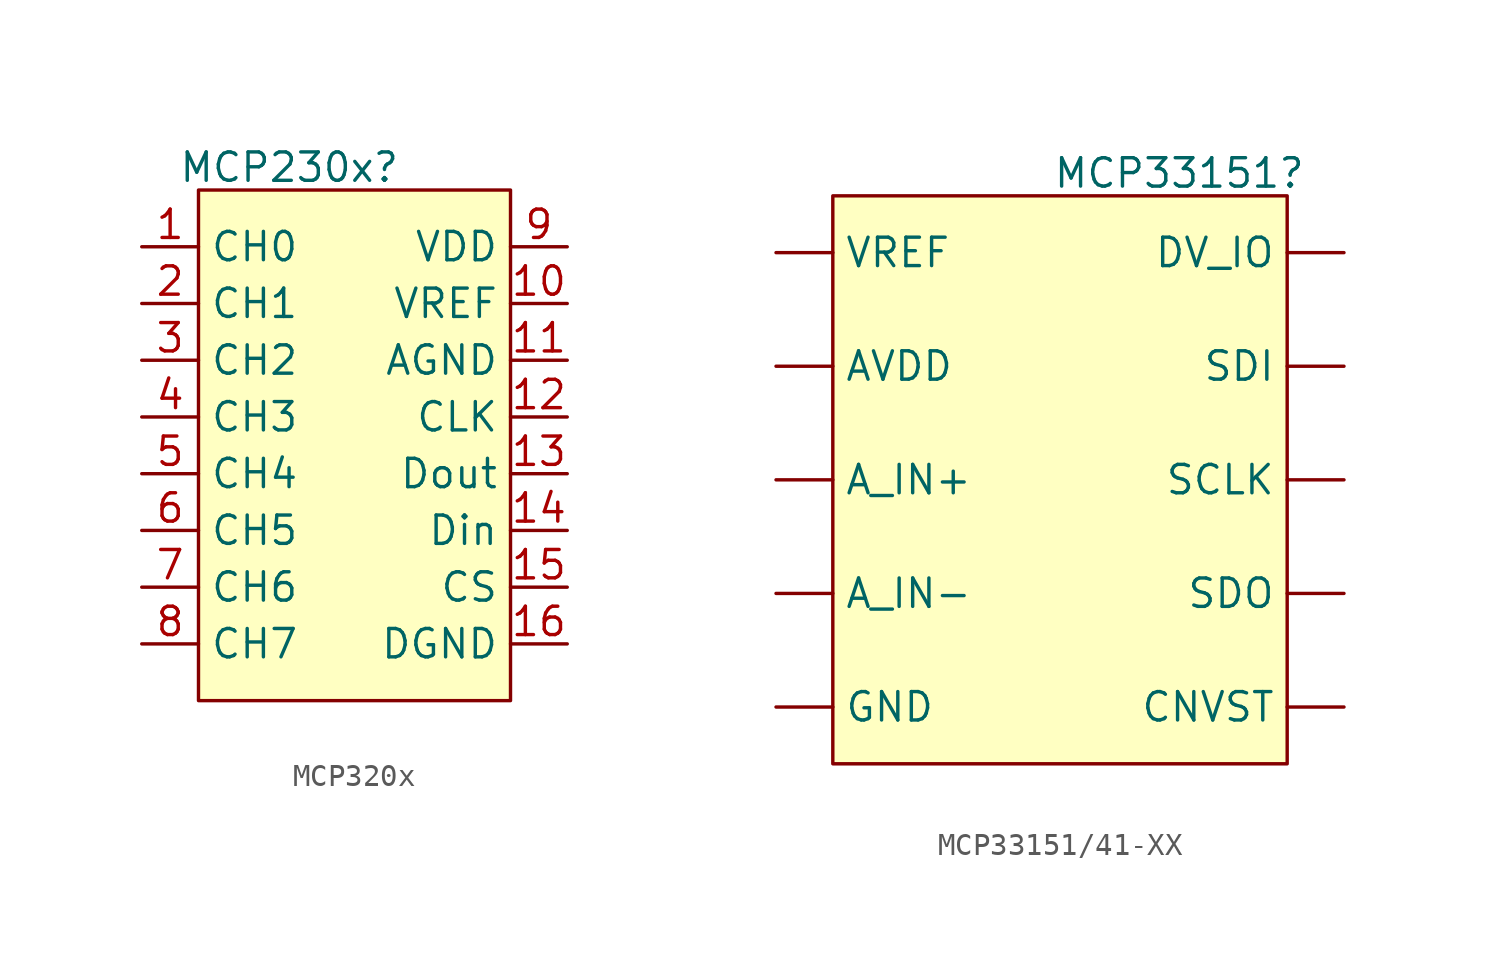
<source format=kicad_sym>
(kicad_symbol_lib
  (version 20241209)
  (generator "kicad_symbol_editor")
  (generator_version "9.0")
  (symbol "MCP320x"
    (property "Reference" "MCP230x"
      (at 4.064 1.016 0)
      (effects (font (size 1.27 1.27))))
    (property "Value" ""
      (at 0 0 0)
      (effects (font (size 1.27 1.27))))
    (symbol "MCP320x_0_1"
      (rectangle (start 0 0) (end 13.97 -22.86) (stroke (width 0) (type default)) (fill (type background))))
    (symbol "MCP320x_1_1"
      (pin input line (at -2.54 -2.54 0) (length 2.54) (name "CH0" (effects (font (size 1.27 1.27)))) (number "1" (effects (font (size 1.27 1.27)))))
      (pin input line (at -2.54 -5.08 0) (length 2.54) (name "CH1" (effects (font (size 1.27 1.27)))) (number "2" (effects (font (size 1.27 1.27)))))
      (pin input line (at -2.54 -7.62 0) (length 2.54) (name "CH2" (effects (font (size 1.27 1.27)))) (number "3" (effects (font (size 1.27 1.27)))))
      (pin input line (at -2.54 -10.16 0) (length 2.54) (name "CH3" (effects (font (size 1.27 1.27)))) (number "4" (effects (font (size 1.27 1.27)))))
      (pin input line (at -2.54 -12.7 0) (length 2.54) (name "CH4" (effects (font (size 1.27 1.27)))) (number "5" (effects (font (size 1.27 1.27)))))
      (pin input line (at -2.54 -15.24 0) (length 2.54) (name "CH5" (effects (font (size 1.27 1.27)))) (number "6" (effects (font (size 1.27 1.27)))))
      (pin input line (at -2.54 -17.78 0) (length 2.54) (name "CH6" (effects (font (size 1.27 1.27)))) (number "7" (effects (font (size 1.27 1.27)))))
      (pin input line (at -2.54 -20.32 0) (length 2.54) (name "CH7" (effects (font (size 1.27 1.27)))) (number "8" (effects (font (size 1.27 1.27)))))
      (pin input line (at 16.51 -2.54 180) (length 2.54) (name "VDD" (effects (font (size 1.27 1.27)))) (number "9" (effects (font (size 1.27 1.27)))))
      (pin input line (at 16.51 -5.08 180) (length 2.54) (name "VREF" (effects (font (size 1.27 1.27)))) (number "10" (effects (font (size 1.27 1.27)))))
      (pin input line (at 16.51 -7.62 180) (length 2.54) (name "AGND" (effects (font (size 1.27 1.27)))) (number "11" (effects (font (size 1.27 1.27)))))
      (pin input line (at 16.51 -10.16 180) (length 2.54) (name "CLK" (effects (font (size 1.27 1.27)))) (number "12" (effects (font (size 1.27 1.27)))))
      (pin input line (at 16.51 -12.7 180) (length 2.54) (name "Dout" (effects (font (size 1.27 1.27)))) (number "13" (effects (font (size 1.27 1.27)))))
      (pin input line (at 16.51 -15.24 180) (length 2.54) (name "Din" (effects (font (size 1.27 1.27)))) (number "14" (effects (font (size 1.27 1.27)))))
      (pin input line (at 16.51 -17.78 180) (length 2.54) (name "CS" (effects (font (size 1.27 1.27)))) (number "15" (effects (font (size 1.27 1.27)))))
      (pin input line (at 16.51 -20.32 180) (length 2.54) (name "DGND" (effects (font (size 1.27 1.27)))) (number "16" (effects (font (size 1.27 1.27)))))))
  (symbol "MCP33151/41-XX"
    (property "Reference" "MCP33151"
      (at 15.494 1.016 0)
      (effects (font (size 1.27 1.27))))
    (property "Value" ""
      (at 0 0 0)
      (effects (font (size 1.27 1.27))))
    (symbol "MCP33151/41-XX_0_1"
      (rectangle (start 0 0) (end 20.32 -25.4) (stroke (width 0) (type default)) (fill (type color) (color 255 255 194 1))))
    (symbol "MCP33151/41-XX_1_1"
      (pin input line (at -2.54 -2.54 0) (length 2.54) (name "VREF" (effects (font (size 1.27 1.27)))) (number "" (effects (font (size 1.27 1.27)))))
      (pin input line (at -2.54 -7.62 0) (length 2.54) (name "AVDD" (effects (font (size 1.27 1.27)))) (number "" (effects (font (size 1.27 1.27)))))
      (pin input line (at -2.54 -12.7 0) (length 2.54) (name "A_IN+" (effects (font (size 1.27 1.27)))) (number "" (effects (font (size 1.27 1.27)))))
      (pin input line (at -2.54 -17.78 0) (length 2.54) (name "A_IN-" (effects (font (size 1.27 1.27)))) (number "" (effects (font (size 1.27 1.27)))))
      (pin input line (at -2.54 -22.86 0) (length 2.54) (name "GND" (effects (font (size 1.27 1.27)))) (number "" (effects (font (size 1.27 1.27)))))
      (pin input line (at 22.86 -2.54 180) (length 2.54) (name "DV_IO" (effects (font (size 1.27 1.27)))) (number "" (effects (font (size 1.27 1.27)))))
      (pin input line (at 22.86 -7.62 180) (length 2.54) (name "SDI" (effects (font (size 1.27 1.27)))) (number "" (effects (font (size 1.27 1.27)))))
      (pin input line (at 22.86 -12.7 180) (length 2.54) (name "SCLK" (effects (font (size 1.27 1.27)))) (number "" (effects (font (size 1.27 1.27)))))
      (pin input line (at 22.86 -17.78 180) (length 2.54) (name "SDO" (effects (font (size 1.27 1.27)))) (number "" (effects (font (size 1.27 1.27)))))
      (pin input line (at 22.86 -22.86 180) (length 2.54) (name "CNVST" (effects (font (size 1.27 1.27)))) (number "" (effects (font (size 1.27 1.27))))))))
</source>
